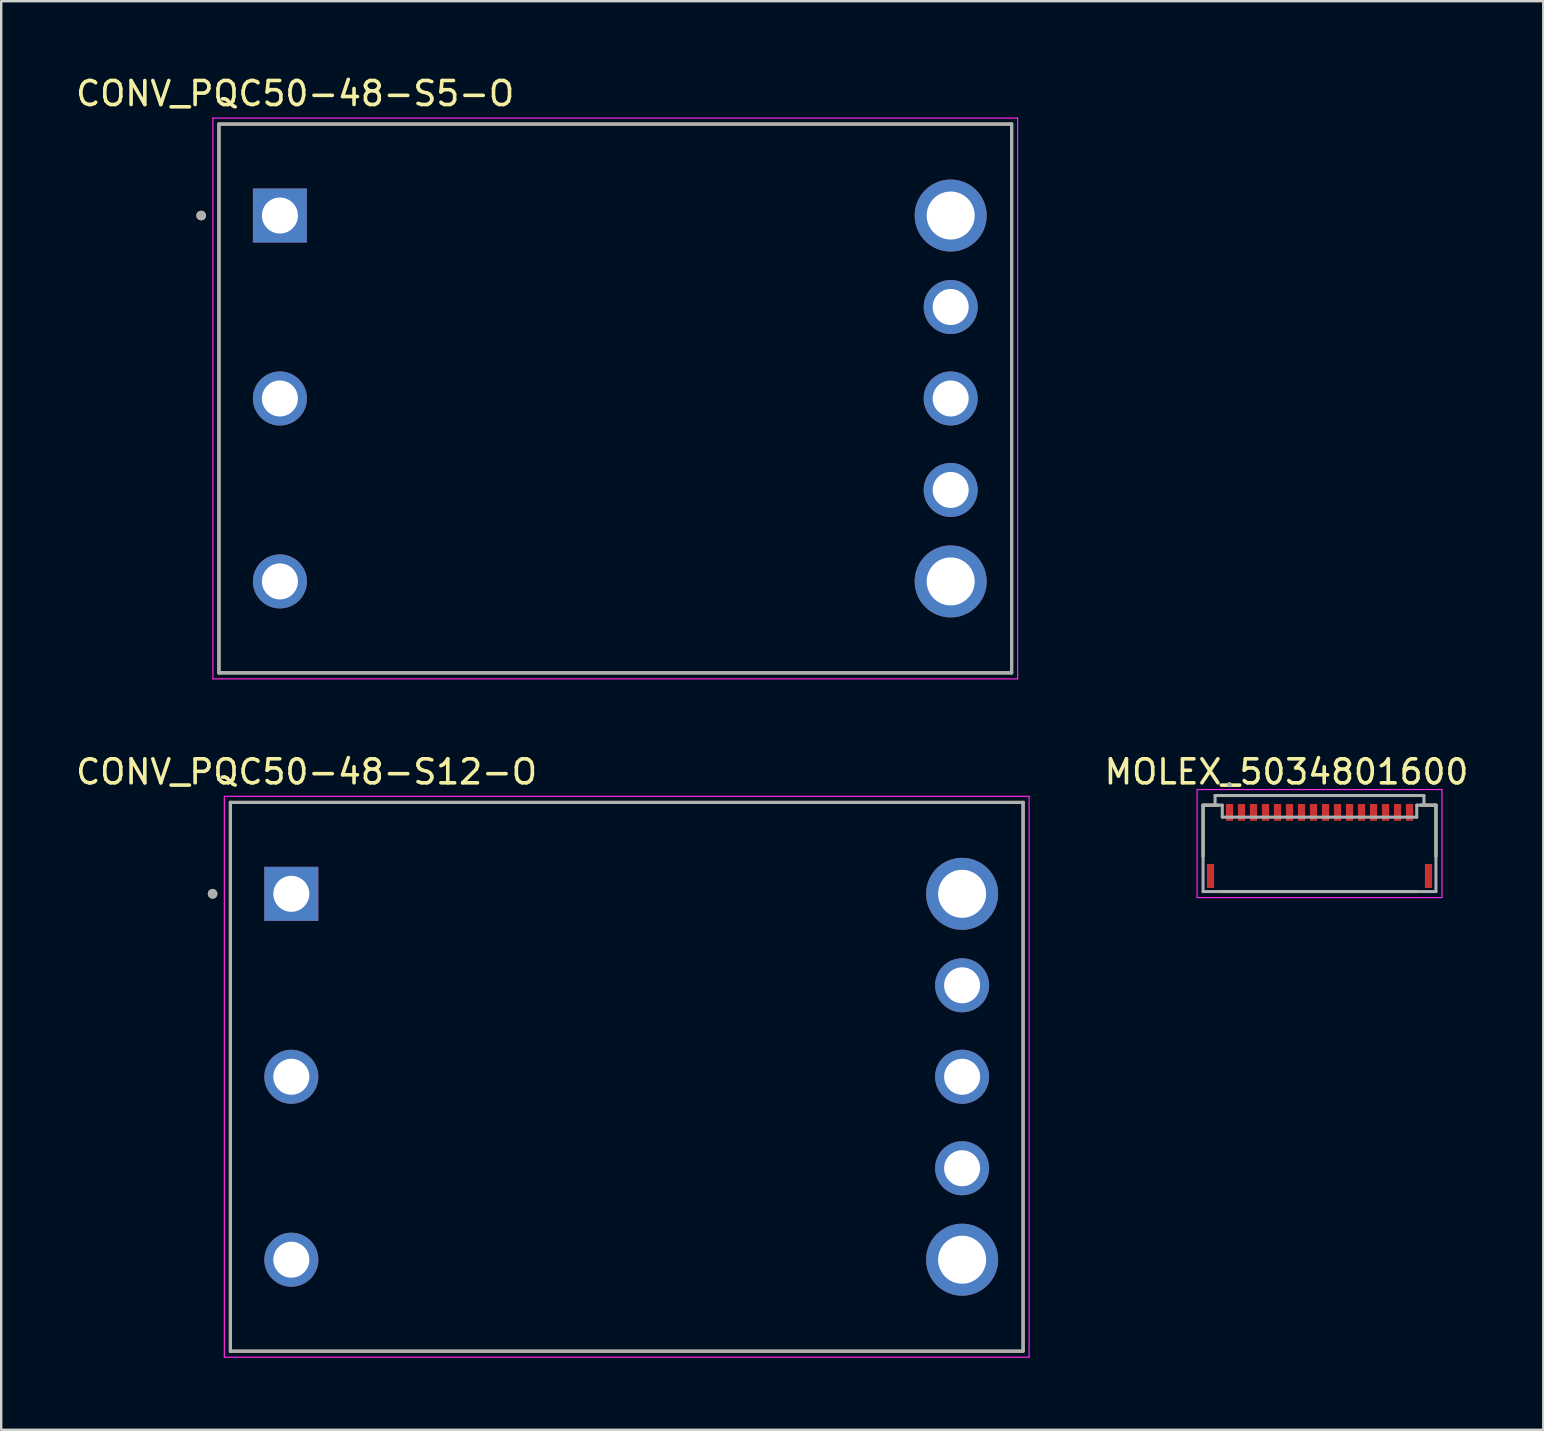
<source format=kicad_pcb>
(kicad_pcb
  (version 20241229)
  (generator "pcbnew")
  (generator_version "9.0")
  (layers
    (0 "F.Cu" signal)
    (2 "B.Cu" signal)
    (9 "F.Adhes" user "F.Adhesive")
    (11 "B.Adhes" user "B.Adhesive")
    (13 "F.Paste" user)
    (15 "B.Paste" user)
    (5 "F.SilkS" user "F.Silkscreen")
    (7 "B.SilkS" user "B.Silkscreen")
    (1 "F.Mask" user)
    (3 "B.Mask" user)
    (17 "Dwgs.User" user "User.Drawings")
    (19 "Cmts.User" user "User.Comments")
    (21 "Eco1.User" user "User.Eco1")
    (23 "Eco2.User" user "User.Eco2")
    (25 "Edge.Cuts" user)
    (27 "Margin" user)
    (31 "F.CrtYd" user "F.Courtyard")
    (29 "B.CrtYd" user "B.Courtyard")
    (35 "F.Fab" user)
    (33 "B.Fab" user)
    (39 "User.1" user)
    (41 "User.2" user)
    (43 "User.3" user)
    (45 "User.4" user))
  (footprint "CONV_PQC50-48-S5-O"
    (layer "F.Cu")
    (at 22.579 13.548)
    (property "Reference" "CONV_PQC50-48-S5-O" (at -13.335 -12.7 0) (layer "F.SilkS") (effects (font (size 1 1) (thickness 0.15))))
    (attr through_hole)
    (fp_line (start -16.51 -11.43) (end 16.51 -11.43) (stroke (width 0.127) (type solid)) (layer "F.SilkS"))
    (fp_line (start -16.51 11.43) (end -16.51 -11.43) (stroke (width 0.127) (type solid)) (layer "F.SilkS"))
    (fp_line (start 16.51 -11.43) (end 16.51 11.43) (stroke (width 0.127) (type solid)) (layer "F.SilkS"))
    (fp_line (start 16.51 11.43) (end -16.51 11.43) (stroke (width 0.127) (type solid)) (layer "F.SilkS"))
    (fp_circle (center -17.25 -7.62) (end -17.15 -7.62) (stroke (width 0.2) (type solid)) (fill no) (layer "F.SilkS"))
    (fp_line (start -16.76 -11.68) (end 16.76 -11.68) (stroke (width 0.05) (type solid)) (layer "F.CrtYd"))
    (fp_line (start -16.76 11.68) (end -16.76 -11.68) (stroke (width 0.05) (type solid)) (layer "F.CrtYd"))
    (fp_line (start 16.76 -11.68) (end 16.76 11.68) (stroke (width 0.05) (type solid)) (layer "F.CrtYd"))
    (fp_line (start 16.76 11.68) (end -16.76 11.68) (stroke (width 0.05) (type solid)) (layer "F.CrtYd"))
    (fp_line (start -16.51 -11.43) (end 16.51 -11.43) (stroke (width 0.127) (type solid)) (layer "F.Fab"))
    (fp_line (start -16.51 11.43) (end -16.51 -11.43) (stroke (width 0.127) (type solid)) (layer "F.Fab"))
    (fp_line (start 16.51 -11.43) (end 16.51 11.43) (stroke (width 0.127) (type solid)) (layer "F.Fab"))
    (fp_line (start 16.51 11.43) (end -16.51 11.43) (stroke (width 0.127) (type solid)) (layer "F.Fab"))
    (fp_circle (center -17.25 -7.62) (end -17.15 -7.62) (stroke (width 0.2) (type solid)) (fill no) (layer "F.Fab"))
    (pad "1" thru_hole rect (at -13.97 -7.62) (size 2.25 2.25) (drill 1.5) (layers "*.Cu" "*.Mask"))
    (pad "2" thru_hole circle (at -13.97 0) (size 2.25 2.25) (drill 1.5) (layers "*.Cu" "*.Mask"))
    (pad "3" thru_hole circle (at -13.97 7.62) (size 2.25 2.25) (drill 1.5) (layers "*.Cu" "*.Mask"))
    (pad "4" thru_hole circle (at 13.97 7.62) (size 3 3) (drill 2) (layers "*.Cu" "*.Mask"))
    (pad "5" thru_hole circle (at 13.97 3.81) (size 2.25 2.25) (drill 1.5) (layers "*.Cu" "*.Mask"))
    (pad "6" thru_hole circle (at 13.97 0) (size 2.25 2.25) (drill 1.5) (layers "*.Cu" "*.Mask"))
    (pad "7" thru_hole circle (at 13.97 -3.81) (size 2.25 2.25) (drill 1.5) (layers "*.Cu" "*.Mask"))
    (pad "8" thru_hole circle (at 13.97 -7.62) (size 3 3) (drill 2) (layers "*.Cu" "*.Mask")))
  (footprint "CONV_PQC50-48-S12-O"
    (layer "F.Cu")
    (at 23.055 41.801)
    (property "Reference" "CONV_PQC50-48-S12-O" (at -13.335 -12.7 0) (layer "F.SilkS") (effects (font (size 1 1) (thickness 0.15))))
    (attr through_hole)
    (fp_line (start -16.51 -11.43) (end 16.51 -11.43) (stroke (width 0.127) (type solid)) (layer "F.SilkS"))
    (fp_line (start -16.51 11.43) (end -16.51 -11.43) (stroke (width 0.127) (type solid)) (layer "F.SilkS"))
    (fp_line (start 16.51 -11.43) (end 16.51 11.43) (stroke (width 0.127) (type solid)) (layer "F.SilkS"))
    (fp_line (start 16.51 11.43) (end -16.51 11.43) (stroke (width 0.127) (type solid)) (layer "F.SilkS"))
    (fp_circle (center -17.25 -7.62) (end -17.15 -7.62) (stroke (width 0.2) (type solid)) (fill no) (layer "F.SilkS"))
    (fp_line (start -16.76 -11.68) (end 16.76 -11.68) (stroke (width 0.05) (type solid)) (layer "F.CrtYd"))
    (fp_line (start -16.76 11.68) (end -16.76 -11.68) (stroke (width 0.05) (type solid)) (layer "F.CrtYd"))
    (fp_line (start 16.76 -11.68) (end 16.76 11.68) (stroke (width 0.05) (type solid)) (layer "F.CrtYd"))
    (fp_line (start 16.76 11.68) (end -16.76 11.68) (stroke (width 0.05) (type solid)) (layer "F.CrtYd"))
    (fp_line (start -16.51 -11.43) (end 16.51 -11.43) (stroke (width 0.127) (type solid)) (layer "F.Fab"))
    (fp_line (start -16.51 11.43) (end -16.51 -11.43) (stroke (width 0.127) (type solid)) (layer "F.Fab"))
    (fp_line (start 16.51 -11.43) (end 16.51 11.43) (stroke (width 0.127) (type solid)) (layer "F.Fab"))
    (fp_line (start 16.51 11.43) (end -16.51 11.43) (stroke (width 0.127) (type solid)) (layer "F.Fab"))
    (fp_circle (center -17.25 -7.62) (end -17.15 -7.62) (stroke (width 0.2) (type solid)) (fill no) (layer "F.Fab"))
    (pad "1" thru_hole rect (at -13.97 -7.62) (size 2.25 2.25) (drill 1.5) (layers "*.Cu" "*.Mask"))
    (pad "2" thru_hole circle (at -13.97 0) (size 2.25 2.25) (drill 1.5) (layers "*.Cu" "*.Mask"))
    (pad "3" thru_hole circle (at -13.97 7.62) (size 2.25 2.25) (drill 1.5) (layers "*.Cu" "*.Mask"))
    (pad "4" thru_hole circle (at 13.97 7.62) (size 3 3) (drill 2) (layers "*.Cu" "*.Mask"))
    (pad "5" thru_hole circle (at 13.97 3.81) (size 2.25 2.25) (drill 1.5) (layers "*.Cu" "*.Mask"))
    (pad "6" thru_hole circle (at 13.97 0) (size 2.25 2.25) (drill 1.5) (layers "*.Cu" "*.Mask"))
    (pad "7" thru_hole circle (at 13.97 -3.81) (size 2.25 2.25) (drill 1.5) (layers "*.Cu" "*.Mask"))
    (pad "8" thru_hole circle (at 13.97 -7.62) (size 3 3) (drill 2) (layers "*.Cu" "*.Mask")))
  (footprint "MOLEX_5034801600"
    (layer "F.Cu")
    (at 51.912 32.187)
    (property "Reference" "MOLEX_5034801600" (at -1.375 -3.085 0) (layer "F.SilkS") (effects (font (size 1 1) (thickness 0.15))))
    (attr smd)
    (fp_line (start -4.85 -1.7) (end -4.85 0.43) (stroke (width 0.127) (type solid)) (layer "F.SilkS"))
    (fp_line (start -4.22 -1.7) (end -4.85 -1.7) (stroke (width 0.127) (type solid)) (layer "F.SilkS"))
    (fp_line (start -4.07 1.9) (end 4.07 1.9) (stroke (width 0.127) (type solid)) (layer "F.SilkS"))
    (fp_line (start 4.22 -1.7) (end 4.85 -1.7) (stroke (width 0.127) (type solid)) (layer "F.SilkS"))
    (fp_line (start 4.85 -1.7) (end 4.85 0.43) (stroke (width 0.127) (type solid)) (layer "F.SilkS"))
    (fp_circle (center -3.75 -2.55) (end -3.7 -2.55) (stroke (width 0.1) (type solid)) (fill no) (layer "F.SilkS"))
    (fp_line (start -5.1 -2.35) (end 5.1 -2.35) (stroke (width 0.05) (type solid)) (layer "F.CrtYd"))
    (fp_line (start -5.1 2.15) (end -5.1 -2.35) (stroke (width 0.05) (type solid)) (layer "F.CrtYd"))
    (fp_line (start 5.1 -2.35) (end 5.1 2.15) (stroke (width 0.05) (type solid)) (layer "F.CrtYd"))
    (fp_line (start 5.1 2.15) (end -5.1 2.15) (stroke (width 0.05) (type solid)) (layer "F.CrtYd"))
    (fp_line (start -4.85 -1.7) (end -4.35 -1.7) (stroke (width 0.127) (type solid)) (layer "F.Fab"))
    (fp_line (start -4.85 1.9) (end -4.85 -1.7) (stroke (width 0.127) (type solid)) (layer "F.Fab"))
    (fp_line (start -4.35 -2.1) (end -4.35 -1.7) (stroke (width 0.127) (type solid)) (layer "F.Fab"))
    (fp_line (start -4.35 -2.1) (end 4.35 -2.1) (stroke (width 0.127) (type solid)) (layer "F.Fab"))
    (fp_line (start -4.35 -1.7) (end -4.05 -1.7) (stroke (width 0.127) (type solid)) (layer "F.Fab"))
    (fp_line (start -4.05 -1.7) (end -4.05 -1.2) (stroke (width 0.127) (type solid)) (layer "F.Fab"))
    (fp_line (start -4.05 -1.2) (end 4.05 -1.2) (stroke (width 0.127) (type solid)) (layer "F.Fab"))
    (fp_line (start 4.05 -1.7) (end 4.35 -1.7) (stroke (width 0.127) (type solid)) (layer "F.Fab"))
    (fp_line (start 4.05 -1.2) (end 4.05 -1.7) (stroke (width 0.127) (type solid)) (layer "F.Fab"))
    (fp_line (start 4.35 -2.1) (end 4.35 -1.7) (stroke (width 0.127) (type solid)) (layer "F.Fab"))
    (fp_line (start 4.35 -1.7) (end 4.85 -1.7) (stroke (width 0.127) (type solid)) (layer "F.Fab"))
    (fp_line (start 4.85 -1.7) (end 4.85 1.9) (stroke (width 0.127) (type solid)) (layer "F.Fab"))
    (fp_line (start 4.85 1.9) (end -4.85 1.9) (stroke (width 0.127) (type solid)) (layer "F.Fab"))
    (fp_circle (center -3.75 -2.55) (end -3.7 -2.55) (stroke (width 0.1) (type solid)) (fill no) (layer "F.Fab"))
    (pad "1" smd rect (at -3.75 -1.4) (size 0.3 0.7) (layers "F.Cu" "F.Mask" "F.Paste"))
    (pad "2" smd rect (at -3.25 -1.4) (size 0.3 0.7) (layers "F.Cu" "F.Mask" "F.Paste"))
    (pad "3" smd rect (at -2.75 -1.4) (size 0.3 0.7) (layers "F.Cu" "F.Mask" "F.Paste"))
    (pad "4" smd rect (at -2.25 -1.4) (size 0.3 0.7) (layers "F.Cu" "F.Mask" "F.Paste"))
    (pad "5" smd rect (at -1.75 -1.4) (size 0.3 0.7) (layers "F.Cu" "F.Mask" "F.Paste"))
    (pad "6" smd rect (at -1.25 -1.4) (size 0.3 0.7) (layers "F.Cu" "F.Mask" "F.Paste"))
    (pad "7" smd rect (at -0.75 -1.4) (size 0.3 0.7) (layers "F.Cu" "F.Mask" "F.Paste"))
    (pad "8" smd rect (at -0.25 -1.4) (size 0.3 0.7) (layers "F.Cu" "F.Mask" "F.Paste"))
    (pad "9" smd rect (at 0.25 -1.4) (size 0.3 0.7) (layers "F.Cu" "F.Mask" "F.Paste"))
    (pad "10" smd rect (at 0.75 -1.4) (size 0.3 0.7) (layers "F.Cu" "F.Mask" "F.Paste"))
    (pad "11" smd rect (at 1.25 -1.4) (size 0.3 0.7) (layers "F.Cu" "F.Mask" "F.Paste"))
    (pad "12" smd rect (at 1.75 -1.4) (size 0.3 0.7) (layers "F.Cu" "F.Mask" "F.Paste"))
    (pad "13" smd rect (at 2.25 -1.4) (size 0.3 0.7) (layers "F.Cu" "F.Mask" "F.Paste"))
    (pad "14" smd rect (at 2.75 -1.4) (size 0.3 0.7) (layers "F.Cu" "F.Mask" "F.Paste"))
    (pad "15" smd rect (at 3.25 -1.4) (size 0.3 0.7) (layers "F.Cu" "F.Mask" "F.Paste"))
    (pad "16" smd rect (at 3.75 -1.4) (size 0.3 0.7) (layers "F.Cu" "F.Mask" "F.Paste"))
    (pad "S1" smd rect (at -4.54 1.25) (size 0.3 1) (layers "F.Cu" "F.Mask" "F.Paste"))
    (pad "S2" smd rect (at 4.54 1.25) (size 0.3 1) (layers "F.Cu" "F.Mask" "F.Paste")))
  (gr_rect
    (start -3 -3)
    (end 61.233 56.507)
    (stroke (width 0.1) (type default))
    (fill no)
    (layer "Edge.Cuts")))
</source>
